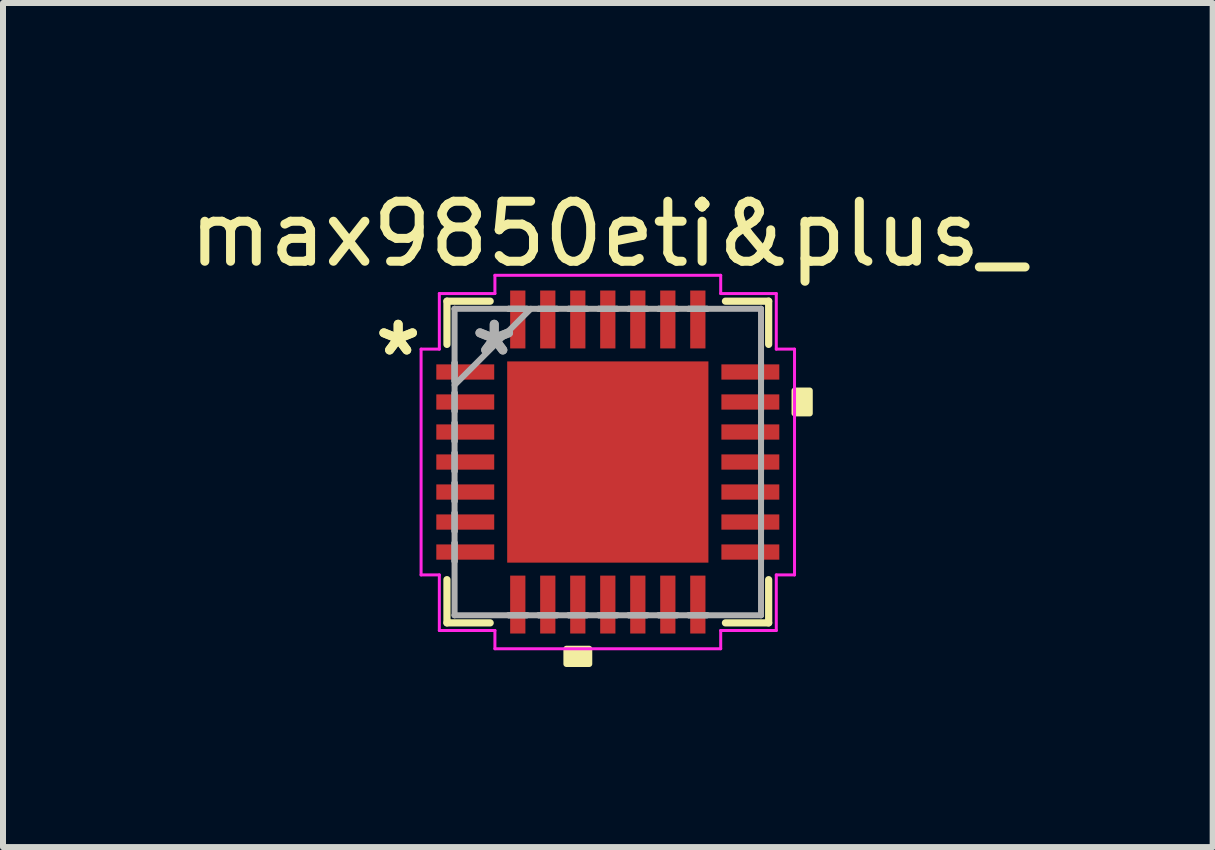
<source format=kicad_pcb>
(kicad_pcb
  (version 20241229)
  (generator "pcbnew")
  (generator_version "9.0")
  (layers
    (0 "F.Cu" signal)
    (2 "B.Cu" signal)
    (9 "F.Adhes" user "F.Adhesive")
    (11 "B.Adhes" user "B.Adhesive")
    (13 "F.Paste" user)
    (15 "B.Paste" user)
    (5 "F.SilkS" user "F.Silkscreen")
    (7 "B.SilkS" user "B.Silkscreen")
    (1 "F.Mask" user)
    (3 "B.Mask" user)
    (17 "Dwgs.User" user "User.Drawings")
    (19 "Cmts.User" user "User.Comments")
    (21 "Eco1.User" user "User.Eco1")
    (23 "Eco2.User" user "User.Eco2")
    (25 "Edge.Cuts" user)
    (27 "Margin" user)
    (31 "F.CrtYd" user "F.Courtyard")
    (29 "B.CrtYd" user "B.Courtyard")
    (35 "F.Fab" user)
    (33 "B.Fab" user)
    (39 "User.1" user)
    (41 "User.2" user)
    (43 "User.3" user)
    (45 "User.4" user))
  (footprint "max9850eti&plus_"
    (layer "F.Cu")
    (at 7.077 4.648)
    (property "Reference" "max9850eti&plus_" (at 0 -3.8 0) (layer "F.SilkS") (effects (font (size 1 1) (thickness 0.15))))
    (attr through_hole)
    (fp_line (start -2.68 -2.68) (end -2.68 -1.96) (stroke (width 0.12) (type solid)) (layer "F.SilkS"))
    (fp_line (start -2.68 1.96) (end -2.68 2.68) (stroke (width 0.12) (type solid)) (layer "F.SilkS"))
    (fp_line (start -2.68 2.68) (end -1.96 2.68) (stroke (width 0.12) (type solid)) (layer "F.SilkS"))
    (fp_line (start -1.96 -2.68) (end -2.68 -2.68) (stroke (width 0.12) (type solid)) (layer "F.SilkS"))
    (fp_line (start 1.96 2.68) (end 2.68 2.68) (stroke (width 0.12) (type solid)) (layer "F.SilkS"))
    (fp_line (start 2.68 -2.68) (end 1.96 -2.68) (stroke (width 0.12) (type solid)) (layer "F.SilkS"))
    (fp_line (start 2.68 -1.96) (end 2.68 -2.68) (stroke (width 0.12) (type solid)) (layer "F.SilkS"))
    (fp_line (start 2.68 2.68) (end 2.68 1.96) (stroke (width 0.12) (type solid)) (layer "F.SilkS"))
    (fp_poly (pts (xy -0.69 3.111) (xy -0.69 3.365) (xy -0.309 3.365) (xy -0.309 3.111)) (stroke (width 0.1) (type solid)) (fill yes) (layer "F.SilkS"))
    (fp_poly (pts (xy 3.365 -1.191) (xy 3.365 -0.81) (xy 3.111 -0.81) (xy 3.111 -1.191)) (stroke (width 0.1) (type solid)) (fill yes) (layer "F.SilkS"))
    (fp_poly (pts (xy -1.576 -1.576) (xy -1.576 -0.1) (xy -0.1 -0.1) (xy -0.1 -1.576)) (stroke (width 0.1) (type solid)) (fill yes) (layer "F.Paste"))
    (fp_poly (pts (xy -1.576 0.1) (xy -1.576 1.576) (xy -0.1 1.576) (xy -0.1 0.1)) (stroke (width 0.1) (type solid)) (fill yes) (layer "F.Paste"))
    (fp_poly (pts (xy 0.1 -1.576) (xy 0.1 -0.1) (xy 1.576 -0.1) (xy 1.576 -1.576)) (stroke (width 0.1) (type solid)) (fill yes) (layer "F.Paste"))
    (fp_poly (pts (xy 0.1 0.1) (xy 0.1 1.576) (xy 1.576 1.576) (xy 1.576 0.1)) (stroke (width 0.1) (type solid)) (fill yes) (layer "F.Paste"))
    (fp_line (start -3.111 -1.881) (end -2.807 -1.881) (stroke (width 0.05) (type solid)) (layer "F.CrtYd"))
    (fp_line (start -3.111 1.881) (end -3.111 -1.881) (stroke (width 0.05) (type solid)) (layer "F.CrtYd"))
    (fp_line (start -2.807 -2.807) (end -1.881 -2.807) (stroke (width 0.05) (type solid)) (layer "F.CrtYd"))
    (fp_line (start -2.807 -1.881) (end -2.807 -2.807) (stroke (width 0.05) (type solid)) (layer "F.CrtYd"))
    (fp_line (start -2.807 1.881) (end -3.111 1.881) (stroke (width 0.05) (type solid)) (layer "F.CrtYd"))
    (fp_line (start -2.807 2.807) (end -2.807 1.881) (stroke (width 0.05) (type solid)) (layer "F.CrtYd"))
    (fp_line (start -1.881 -3.111) (end 1.881 -3.111) (stroke (width 0.05) (type solid)) (layer "F.CrtYd"))
    (fp_line (start -1.881 -2.807) (end -1.881 -3.111) (stroke (width 0.05) (type solid)) (layer "F.CrtYd"))
    (fp_line (start -1.881 2.807) (end -2.807 2.807) (stroke (width 0.05) (type solid)) (layer "F.CrtYd"))
    (fp_line (start -1.881 3.111) (end -1.881 2.807) (stroke (width 0.05) (type solid)) (layer "F.CrtYd"))
    (fp_line (start 1.881 -3.111) (end 1.881 -2.807) (stroke (width 0.05) (type solid)) (layer "F.CrtYd"))
    (fp_line (start 1.881 -2.807) (end 2.807 -2.807) (stroke (width 0.05) (type solid)) (layer "F.CrtYd"))
    (fp_line (start 1.881 2.807) (end 1.881 3.111) (stroke (width 0.05) (type solid)) (layer "F.CrtYd"))
    (fp_line (start 1.881 3.111) (end -1.881 3.111) (stroke (width 0.05) (type solid)) (layer "F.CrtYd"))
    (fp_line (start 2.807 -2.807) (end 2.807 -1.881) (stroke (width 0.05) (type solid)) (layer "F.CrtYd"))
    (fp_line (start 2.807 -1.881) (end 3.111 -1.881) (stroke (width 0.05) (type solid)) (layer "F.CrtYd"))
    (fp_line (start 2.807 1.881) (end 2.807 2.807) (stroke (width 0.05) (type solid)) (layer "F.CrtYd"))
    (fp_line (start 2.807 2.807) (end 1.881 2.807) (stroke (width 0.05) (type solid)) (layer "F.CrtYd"))
    (fp_line (start 3.111 -1.881) (end 3.111 1.881) (stroke (width 0.05) (type solid)) (layer "F.CrtYd"))
    (fp_line (start 3.111 1.881) (end 2.807 1.881) (stroke (width 0.05) (type solid)) (layer "F.CrtYd"))
    (fp_line (start -2.553 -2.553) (end -2.553 -2.553) (stroke (width 0.1) (type solid)) (layer "F.Fab"))
    (fp_line (start -2.553 -2.553) (end -2.553 2.553) (stroke (width 0.1) (type solid)) (layer "F.Fab"))
    (fp_line (start -2.553 -1.652) (end -2.553 -1.652) (stroke (width 0.1) (type solid)) (layer "F.Fab"))
    (fp_line (start -2.553 -1.652) (end -2.553 -1.348) (stroke (width 0.1) (type solid)) (layer "F.Fab"))
    (fp_line (start -2.553 -1.348) (end -2.553 -1.652) (stroke (width 0.1) (type solid)) (layer "F.Fab"))
    (fp_line (start -2.553 -1.348) (end -2.553 -1.348) (stroke (width 0.1) (type solid)) (layer "F.Fab"))
    (fp_line (start -2.553 -1.283) (end -1.283 -2.553) (stroke (width 0.1) (type solid)) (layer "F.Fab"))
    (fp_line (start -2.553 -1.152) (end -2.553 -1.152) (stroke (width 0.1) (type solid)) (layer "F.Fab"))
    (fp_line (start -2.553 -1.152) (end -2.553 -0.848) (stroke (width 0.1) (type solid)) (layer "F.Fab"))
    (fp_line (start -2.553 -0.848) (end -2.553 -1.152) (stroke (width 0.1) (type solid)) (layer "F.Fab"))
    (fp_line (start -2.553 -0.848) (end -2.553 -0.848) (stroke (width 0.1) (type solid)) (layer "F.Fab"))
    (fp_line (start -2.553 -0.652) (end -2.553 -0.652) (stroke (width 0.1) (type solid)) (layer "F.Fab"))
    (fp_line (start -2.553 -0.652) (end -2.553 -0.348) (stroke (width 0.1) (type solid)) (layer "F.Fab"))
    (fp_line (start -2.553 -0.348) (end -2.553 -0.652) (stroke (width 0.1) (type solid)) (layer "F.Fab"))
    (fp_line (start -2.553 -0.348) (end -2.553 -0.348) (stroke (width 0.1) (type solid)) (layer "F.Fab"))
    (fp_line (start -2.553 -0.152) (end -2.553 -0.152) (stroke (width 0.1) (type solid)) (layer "F.Fab"))
    (fp_line (start -2.553 -0.152) (end -2.553 0.152) (stroke (width 0.1) (type solid)) (layer "F.Fab"))
    (fp_line (start -2.553 0.152) (end -2.553 -0.152) (stroke (width 0.1) (type solid)) (layer "F.Fab"))
    (fp_line (start -2.553 0.152) (end -2.553 0.152) (stroke (width 0.1) (type solid)) (layer "F.Fab"))
    (fp_line (start -2.553 0.348) (end -2.553 0.348) (stroke (width 0.1) (type solid)) (layer "F.Fab"))
    (fp_line (start -2.553 0.348) (end -2.553 0.652) (stroke (width 0.1) (type solid)) (layer "F.Fab"))
    (fp_line (start -2.553 0.652) (end -2.553 0.348) (stroke (width 0.1) (type solid)) (layer "F.Fab"))
    (fp_line (start -2.553 0.652) (end -2.553 0.652) (stroke (width 0.1) (type solid)) (layer "F.Fab"))
    (fp_line (start -2.553 0.848) (end -2.553 0.848) (stroke (width 0.1) (type solid)) (layer "F.Fab"))
    (fp_line (start -2.553 0.848) (end -2.553 1.152) (stroke (width 0.1) (type solid)) (layer "F.Fab"))
    (fp_line (start -2.553 1.152) (end -2.553 0.848) (stroke (width 0.1) (type solid)) (layer "F.Fab"))
    (fp_line (start -2.553 1.152) (end -2.553 1.152) (stroke (width 0.1) (type solid)) (layer "F.Fab"))
    (fp_line (start -2.553 1.348) (end -2.553 1.348) (stroke (width 0.1) (type solid)) (layer "F.Fab"))
    (fp_line (start -2.553 1.348) (end -2.553 1.652) (stroke (width 0.1) (type solid)) (layer "F.Fab"))
    (fp_line (start -2.553 1.652) (end -2.553 1.348) (stroke (width 0.1) (type solid)) (layer "F.Fab"))
    (fp_line (start -2.553 1.652) (end -2.553 1.652) (stroke (width 0.1) (type solid)) (layer "F.Fab"))
    (fp_line (start -2.553 2.553) (end -2.553 2.553) (stroke (width 0.1) (type solid)) (layer "F.Fab"))
    (fp_line (start -2.553 2.553) (end 2.553 2.553) (stroke (width 0.1) (type solid)) (layer "F.Fab"))
    (fp_line (start -1.652 -2.553) (end -1.652 -2.553) (stroke (width 0.1) (type solid)) (layer "F.Fab"))
    (fp_line (start -1.652 -2.553) (end -1.348 -2.553) (stroke (width 0.1) (type solid)) (layer "F.Fab"))
    (fp_line (start -1.652 2.553) (end -1.652 2.553) (stroke (width 0.1) (type solid)) (layer "F.Fab"))
    (fp_line (start -1.652 2.553) (end -1.348 2.553) (stroke (width 0.1) (type solid)) (layer "F.Fab"))
    (fp_line (start -1.348 -2.553) (end -1.652 -2.553) (stroke (width 0.1) (type solid)) (layer "F.Fab"))
    (fp_line (start -1.348 -2.553) (end -1.348 -2.553) (stroke (width 0.1) (type solid)) (layer "F.Fab"))
    (fp_line (start -1.348 2.553) (end -1.652 2.553) (stroke (width 0.1) (type solid)) (layer "F.Fab"))
    (fp_line (start -1.348 2.553) (end -1.348 2.553) (stroke (width 0.1) (type solid)) (layer "F.Fab"))
    (fp_line (start -1.152 -2.553) (end -1.152 -2.553) (stroke (width 0.1) (type solid)) (layer "F.Fab"))
    (fp_line (start -1.152 -2.553) (end -0.848 -2.553) (stroke (width 0.1) (type solid)) (layer "F.Fab"))
    (fp_line (start -1.152 2.553) (end -1.152 2.553) (stroke (width 0.1) (type solid)) (layer "F.Fab"))
    (fp_line (start -1.152 2.553) (end -0.848 2.553) (stroke (width 0.1) (type solid)) (layer "F.Fab"))
    (fp_line (start -0.848 -2.553) (end -1.152 -2.553) (stroke (width 0.1) (type solid)) (layer "F.Fab"))
    (fp_line (start -0.848 -2.553) (end -0.848 -2.553) (stroke (width 0.1) (type solid)) (layer "F.Fab"))
    (fp_line (start -0.848 2.553) (end -1.152 2.553) (stroke (width 0.1) (type solid)) (layer "F.Fab"))
    (fp_line (start -0.848 2.553) (end -0.848 2.553) (stroke (width 0.1) (type solid)) (layer "F.Fab"))
    (fp_line (start -0.652 -2.553) (end -0.652 -2.553) (stroke (width 0.1) (type solid)) (layer "F.Fab"))
    (fp_line (start -0.652 -2.553) (end -0.348 -2.553) (stroke (width 0.1) (type solid)) (layer "F.Fab"))
    (fp_line (start -0.652 2.553) (end -0.652 2.553) (stroke (width 0.1) (type solid)) (layer "F.Fab"))
    (fp_line (start -0.652 2.553) (end -0.348 2.553) (stroke (width 0.1) (type solid)) (layer "F.Fab"))
    (fp_line (start -0.348 -2.553) (end -0.652 -2.553) (stroke (width 0.1) (type solid)) (layer "F.Fab"))
    (fp_line (start -0.348 -2.553) (end -0.348 -2.553) (stroke (width 0.1) (type solid)) (layer "F.Fab"))
    (fp_line (start -0.348 2.553) (end -0.652 2.553) (stroke (width 0.1) (type solid)) (layer "F.Fab"))
    (fp_line (start -0.348 2.553) (end -0.348 2.553) (stroke (width 0.1) (type solid)) (layer "F.Fab"))
    (fp_line (start -0.152 -2.553) (end -0.152 -2.553) (stroke (width 0.1) (type solid)) (layer "F.Fab"))
    (fp_line (start -0.152 -2.553) (end 0.152 -2.553) (stroke (width 0.1) (type solid)) (layer "F.Fab"))
    (fp_line (start -0.152 2.553) (end -0.152 2.553) (stroke (width 0.1) (type solid)) (layer "F.Fab"))
    (fp_line (start -0.152 2.553) (end 0.152 2.553) (stroke (width 0.1) (type solid)) (layer "F.Fab"))
    (fp_line (start 0.152 -2.553) (end -0.152 -2.553) (stroke (width 0.1) (type solid)) (layer "F.Fab"))
    (fp_line (start 0.152 -2.553) (end 0.152 -2.553) (stroke (width 0.1) (type solid)) (layer "F.Fab"))
    (fp_line (start 0.152 2.553) (end -0.152 2.553) (stroke (width 0.1) (type solid)) (layer "F.Fab"))
    (fp_line (start 0.152 2.553) (end 0.152 2.553) (stroke (width 0.1) (type solid)) (layer "F.Fab"))
    (fp_line (start 0.348 -2.553) (end 0.348 -2.553) (stroke (width 0.1) (type solid)) (layer "F.Fab"))
    (fp_line (start 0.348 -2.553) (end 0.652 -2.553) (stroke (width 0.1) (type solid)) (layer "F.Fab"))
    (fp_line (start 0.348 2.553) (end 0.348 2.553) (stroke (width 0.1) (type solid)) (layer "F.Fab"))
    (fp_line (start 0.348 2.553) (end 0.652 2.553) (stroke (width 0.1) (type solid)) (layer "F.Fab"))
    (fp_line (start 0.652 -2.553) (end 0.348 -2.553) (stroke (width 0.1) (type solid)) (layer "F.Fab"))
    (fp_line (start 0.652 -2.553) (end 0.652 -2.553) (stroke (width 0.1) (type solid)) (layer "F.Fab"))
    (fp_line (start 0.652 2.553) (end 0.348 2.553) (stroke (width 0.1) (type solid)) (layer "F.Fab"))
    (fp_line (start 0.652 2.553) (end 0.652 2.553) (stroke (width 0.1) (type solid)) (layer "F.Fab"))
    (fp_line (start 0.848 -2.553) (end 0.848 -2.553) (stroke (width 0.1) (type solid)) (layer "F.Fab"))
    (fp_line (start 0.848 -2.553) (end 1.152 -2.553) (stroke (width 0.1) (type solid)) (layer "F.Fab"))
    (fp_line (start 0.848 2.553) (end 0.848 2.553) (stroke (width 0.1) (type solid)) (layer "F.Fab"))
    (fp_line (start 0.848 2.553) (end 1.152 2.553) (stroke (width 0.1) (type solid)) (layer "F.Fab"))
    (fp_line (start 1.152 -2.553) (end 0.848 -2.553) (stroke (width 0.1) (type solid)) (layer "F.Fab"))
    (fp_line (start 1.152 -2.553) (end 1.152 -2.553) (stroke (width 0.1) (type solid)) (layer "F.Fab"))
    (fp_line (start 1.152 2.553) (end 0.848 2.553) (stroke (width 0.1) (type solid)) (layer "F.Fab"))
    (fp_line (start 1.152 2.553) (end 1.152 2.553) (stroke (width 0.1) (type solid)) (layer "F.Fab"))
    (fp_line (start 1.348 -2.553) (end 1.348 -2.553) (stroke (width 0.1) (type solid)) (layer "F.Fab"))
    (fp_line (start 1.348 -2.553) (end 1.652 -2.553) (stroke (width 0.1) (type solid)) (layer "F.Fab"))
    (fp_line (start 1.348 2.553) (end 1.348 2.553) (stroke (width 0.1) (type solid)) (layer "F.Fab"))
    (fp_line (start 1.348 2.553) (end 1.652 2.553) (stroke (width 0.1) (type solid)) (layer "F.Fab"))
    (fp_line (start 1.652 -2.553) (end 1.348 -2.553) (stroke (width 0.1) (type solid)) (layer "F.Fab"))
    (fp_line (start 1.652 -2.553) (end 1.652 -2.553) (stroke (width 0.1) (type solid)) (layer "F.Fab"))
    (fp_line (start 1.652 2.553) (end 1.348 2.553) (stroke (width 0.1) (type solid)) (layer "F.Fab"))
    (fp_line (start 1.652 2.553) (end 1.652 2.553) (stroke (width 0.1) (type solid)) (layer "F.Fab"))
    (fp_line (start 2.553 -2.553) (end -2.553 -2.553) (stroke (width 0.1) (type solid)) (layer "F.Fab"))
    (fp_line (start 2.553 -2.553) (end 2.553 -2.553) (stroke (width 0.1) (type solid)) (layer "F.Fab"))
    (fp_line (start 2.553 -1.652) (end 2.553 -1.652) (stroke (width 0.1) (type solid)) (layer "F.Fab"))
    (fp_line (start 2.553 -1.652) (end 2.553 -1.348) (stroke (width 0.1) (type solid)) (layer "F.Fab"))
    (fp_line (start 2.553 -1.348) (end 2.553 -1.652) (stroke (width 0.1) (type solid)) (layer "F.Fab"))
    (fp_line (start 2.553 -1.348) (end 2.553 -1.348) (stroke (width 0.1) (type solid)) (layer "F.Fab"))
    (fp_line (start 2.553 -1.152) (end 2.553 -1.152) (stroke (width 0.1) (type solid)) (layer "F.Fab"))
    (fp_line (start 2.553 -1.152) (end 2.553 -0.848) (stroke (width 0.1) (type solid)) (layer "F.Fab"))
    (fp_line (start 2.553 -0.848) (end 2.553 -1.152) (stroke (width 0.1) (type solid)) (layer "F.Fab"))
    (fp_line (start 2.553 -0.848) (end 2.553 -0.848) (stroke (width 0.1) (type solid)) (layer "F.Fab"))
    (fp_line (start 2.553 -0.652) (end 2.553 -0.652) (stroke (width 0.1) (type solid)) (layer "F.Fab"))
    (fp_line (start 2.553 -0.652) (end 2.553 -0.348) (stroke (width 0.1) (type solid)) (layer "F.Fab"))
    (fp_line (start 2.553 -0.348) (end 2.553 -0.652) (stroke (width 0.1) (type solid)) (layer "F.Fab"))
    (fp_line (start 2.553 -0.348) (end 2.553 -0.348) (stroke (width 0.1) (type solid)) (layer "F.Fab"))
    (fp_line (start 2.553 -0.152) (end 2.553 -0.152) (stroke (width 0.1) (type solid)) (layer "F.Fab"))
    (fp_line (start 2.553 -0.152) (end 2.553 0.152) (stroke (width 0.1) (type solid)) (layer "F.Fab"))
    (fp_line (start 2.553 0.152) (end 2.553 -0.152) (stroke (width 0.1) (type solid)) (layer "F.Fab"))
    (fp_line (start 2.553 0.152) (end 2.553 0.152) (stroke (width 0.1) (type solid)) (layer "F.Fab"))
    (fp_line (start 2.553 0.348) (end 2.553 0.348) (stroke (width 0.1) (type solid)) (layer "F.Fab"))
    (fp_line (start 2.553 0.348) (end 2.553 0.652) (stroke (width 0.1) (type solid)) (layer "F.Fab"))
    (fp_line (start 2.553 0.652) (end 2.553 0.348) (stroke (width 0.1) (type solid)) (layer "F.Fab"))
    (fp_line (start 2.553 0.652) (end 2.553 0.652) (stroke (width 0.1) (type solid)) (layer "F.Fab"))
    (fp_line (start 2.553 0.848) (end 2.553 0.848) (stroke (width 0.1) (type solid)) (layer "F.Fab"))
    (fp_line (start 2.553 0.848) (end 2.553 1.152) (stroke (width 0.1) (type solid)) (layer "F.Fab"))
    (fp_line (start 2.553 1.152) (end 2.553 0.848) (stroke (width 0.1) (type solid)) (layer "F.Fab"))
    (fp_line (start 2.553 1.152) (end 2.553 1.152) (stroke (width 0.1) (type solid)) (layer "F.Fab"))
    (fp_line (start 2.553 1.348) (end 2.553 1.348) (stroke (width 0.1) (type solid)) (layer "F.Fab"))
    (fp_line (start 2.553 1.348) (end 2.553 1.652) (stroke (width 0.1) (type solid)) (layer "F.Fab"))
    (fp_line (start 2.553 1.652) (end 2.553 1.348) (stroke (width 0.1) (type solid)) (layer "F.Fab"))
    (fp_line (start 2.553 1.652) (end 2.553 1.652) (stroke (width 0.1) (type solid)) (layer "F.Fab"))
    (fp_line (start 2.553 2.553) (end 2.553 -2.553) (stroke (width 0.1) (type solid)) (layer "F.Fab"))
    (fp_line (start 2.553 2.553) (end 2.553 2.553) (stroke (width 0.1) (type solid)) (layer "F.Fab"))
    (fp_text user "*" (at -3.493 -1.75 0) (layer "F.SilkS") (effects (font (size 1 1) (thickness 0.15))))
    (fp_text user "*" (at -3.493 -1.75 0) (layer "F.SilkS") (effects (font (size 1 1) (thickness 0.15))))
    (fp_text user "*" (at -1.892 -1.75 0) (layer "F.Fab") (effects (font (size 1 1) (thickness 0.15))))
    (fp_text user "*" (at -1.892 -1.75 0) (layer "F.Fab") (effects (font (size 1 1) (thickness 0.15))))
    (pad "1" smd rect (at -2.375 -1.5 90) (size 0.254 0.965) (layers "F.Cu" "F.Mask" "F.Paste"))
    (pad "2" smd rect (at -2.375 -1 90) (size 0.254 0.965) (layers "F.Cu" "F.Mask" "F.Paste"))
    (pad "3" smd rect (at -2.375 -0.5 90) (size 0.254 0.965) (layers "F.Cu" "F.Mask" "F.Paste"))
    (pad "4" smd rect (at -2.375 0 90) (size 0.254 0.965) (layers "F.Cu" "F.Mask" "F.Paste"))
    (pad "5" smd rect (at -2.375 0.5 90) (size 0.254 0.965) (layers "F.Cu" "F.Mask" "F.Paste"))
    (pad "6" smd rect (at -2.375 1 90) (size 0.254 0.965) (layers "F.Cu" "F.Mask" "F.Paste"))
    (pad "7" smd rect (at -2.375 1.5 90) (size 0.254 0.965) (layers "F.Cu" "F.Mask" "F.Paste"))
    (pad "8" smd rect (at -1.5 2.375) (size 0.254 0.965) (layers "F.Cu" "F.Mask" "F.Paste"))
    (pad "9" smd rect (at -1 2.375) (size 0.254 0.965) (layers "F.Cu" "F.Mask" "F.Paste"))
    (pad "10" smd rect (at -0.5 2.375) (size 0.254 0.965) (layers "F.Cu" "F.Mask" "F.Paste"))
    (pad "11" smd rect (at 0 2.375) (size 0.254 0.965) (layers "F.Cu" "F.Mask" "F.Paste"))
    (pad "12" smd rect (at 0.5 2.375) (size 0.254 0.965) (layers "F.Cu" "F.Mask" "F.Paste"))
    (pad "13" smd rect (at 1 2.375) (size 0.254 0.965) (layers "F.Cu" "F.Mask" "F.Paste"))
    (pad "14" smd rect (at 1.5 2.375) (size 0.254 0.965) (layers "F.Cu" "F.Mask" "F.Paste"))
    (pad "15" smd rect (at 2.375 1.5 90) (size 0.254 0.965) (layers "F.Cu" "F.Mask" "F.Paste"))
    (pad "16" smd rect (at 2.375 1 90) (size 0.254 0.965) (layers "F.Cu" "F.Mask" "F.Paste"))
    (pad "17" smd rect (at 2.375 0.5 90) (size 0.254 0.965) (layers "F.Cu" "F.Mask" "F.Paste"))
    (pad "18" smd rect (at 2.375 0 90) (size 0.254 0.965) (layers "F.Cu" "F.Mask" "F.Paste"))
    (pad "19" smd rect (at 2.375 -0.5 90) (size 0.254 0.965) (layers "F.Cu" "F.Mask" "F.Paste"))
    (pad "20" smd rect (at 2.375 -1 90) (size 0.254 0.965) (layers "F.Cu" "F.Mask" "F.Paste"))
    (pad "21" smd rect (at 2.375 -1.5 90) (size 0.254 0.965) (layers "F.Cu" "F.Mask" "F.Paste"))
    (pad "22" smd rect (at 1.5 -2.375) (size 0.254 0.965) (layers "F.Cu" "F.Mask" "F.Paste"))
    (pad "23" smd rect (at 1 -2.375) (size 0.254 0.965) (layers "F.Cu" "F.Mask" "F.Paste"))
    (pad "24" smd rect (at 0.5 -2.375) (size 0.254 0.965) (layers "F.Cu" "F.Mask" "F.Paste"))
    (pad "25" smd rect (at 0 -2.375) (size 0.254 0.965) (layers "F.Cu" "F.Mask" "F.Paste"))
    (pad "26" smd rect (at -0.5 -2.375) (size 0.254 0.965) (layers "F.Cu" "F.Mask" "F.Paste"))
    (pad "27" smd rect (at -1 -2.375) (size 0.254 0.965) (layers "F.Cu" "F.Mask" "F.Paste"))
    (pad "28" smd rect (at -1.5 -2.375) (size 0.254 0.965) (layers "F.Cu" "F.Mask" "F.Paste"))
    (pad "29" smd rect (at 0 0) (size 3.353 3.353) (layers "F.Cu" "F.Mask" "F.Paste")))
  (gr_rect
    (start -3 -3)
    (end 17.155 11.064)
    (stroke (width 0.1) (type default))
    (fill no)
    (layer "Edge.Cuts")))
</source>
